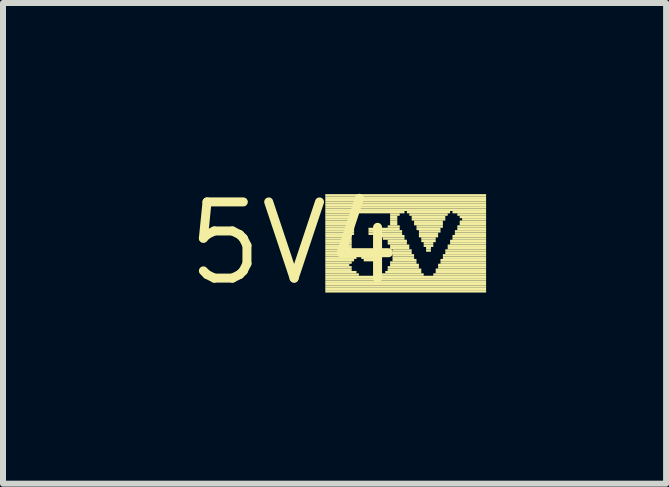
<source format=kicad_pcb>
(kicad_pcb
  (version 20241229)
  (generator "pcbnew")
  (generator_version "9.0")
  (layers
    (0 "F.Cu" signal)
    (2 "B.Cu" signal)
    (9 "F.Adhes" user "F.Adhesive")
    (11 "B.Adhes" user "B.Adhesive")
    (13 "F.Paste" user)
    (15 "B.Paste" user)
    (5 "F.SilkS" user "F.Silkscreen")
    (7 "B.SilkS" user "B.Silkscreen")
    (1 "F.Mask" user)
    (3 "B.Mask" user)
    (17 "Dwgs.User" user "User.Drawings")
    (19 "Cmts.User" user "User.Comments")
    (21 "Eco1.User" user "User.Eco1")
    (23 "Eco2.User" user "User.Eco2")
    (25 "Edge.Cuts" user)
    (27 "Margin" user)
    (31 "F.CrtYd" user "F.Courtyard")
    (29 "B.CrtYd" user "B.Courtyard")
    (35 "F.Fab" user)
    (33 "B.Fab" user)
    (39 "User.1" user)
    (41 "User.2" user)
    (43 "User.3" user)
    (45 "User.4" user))
  (footprint "5V4"
    (layer "F.Cu")
    (at 1.852 1.006)
    (property "Reference" "5V4" (at 0 0 0) (layer "F.SilkS") (effects (font (size 1.27 1.27) (thickness 0.15))))
    (attr through_hole)
    (fp_poly (pts (xy 0.52 -0.78) (xy 3.2 -0.78) (xy 3.2 -0.82) (xy 0.52 -0.82)) (stroke (width 0) (type solid)) (fill yes) (layer "F.SilkS"))
    (fp_poly (pts (xy 0.52 -0.74) (xy 3.2 -0.74) (xy 3.2 -0.78) (xy 0.52 -0.78)) (stroke (width 0) (type solid)) (fill yes) (layer "F.SilkS"))
    (fp_poly (pts (xy 0.52 -0.7) (xy 3.2 -0.7) (xy 3.2 -0.74) (xy 0.52 -0.74)) (stroke (width 0) (type solid)) (fill yes) (layer "F.SilkS"))
    (fp_poly (pts (xy 0.52 -0.66) (xy 3.2 -0.66) (xy 3.2 -0.7) (xy 0.52 -0.7)) (stroke (width 0) (type solid)) (fill yes) (layer "F.SilkS"))
    (fp_poly (pts (xy 0.52 -0.62) (xy 3.2 -0.62) (xy 3.2 -0.66) (xy 0.52 -0.66)) (stroke (width 0) (type solid)) (fill yes) (layer "F.SilkS"))
    (fp_poly (pts (xy 0.52 -0.58) (xy 3.2 -0.58) (xy 3.2 -0.62) (xy 0.52 -0.62)) (stroke (width 0) (type solid)) (fill yes) (layer "F.SilkS"))
    (fp_poly (pts (xy 0.52 -0.54) (xy 3.2 -0.54) (xy 3.2 -0.58) (xy 0.52 -0.58)) (stroke (width 0) (type solid)) (fill yes) (layer "F.SilkS"))
    (fp_poly (pts (xy 0.52 -0.5) (xy 1.84 -0.5) (xy 1.84 -0.54) (xy 0.52 -0.54)) (stroke (width 0) (type solid)) (fill yes) (layer "F.SilkS"))
    (fp_poly (pts (xy 0.52 -0.46) (xy 1.04 -0.46) (xy 1.04 -0.5) (xy 0.52 -0.5)) (stroke (width 0) (type solid)) (fill yes) (layer "F.SilkS"))
    (fp_poly (pts (xy 0.52 -0.42) (xy 1.04 -0.42) (xy 1.04 -0.46) (xy 0.52 -0.46)) (stroke (width 0) (type solid)) (fill yes) (layer "F.SilkS"))
    (fp_poly (pts (xy 0.52 -0.38) (xy 1 -0.38) (xy 1 -0.42) (xy 0.52 -0.42)) (stroke (width 0) (type solid)) (fill yes) (layer "F.SilkS"))
    (fp_poly (pts (xy 0.52 -0.34) (xy 1 -0.34) (xy 1 -0.38) (xy 0.52 -0.38)) (stroke (width 0) (type solid)) (fill yes) (layer "F.SilkS"))
    (fp_poly (pts (xy 0.52 -0.3) (xy 1 -0.3) (xy 1 -0.34) (xy 0.52 -0.34)) (stroke (width 0) (type solid)) (fill yes) (layer "F.SilkS"))
    (fp_poly (pts (xy 0.52 -0.26) (xy 1 -0.26) (xy 1 -0.3) (xy 0.52 -0.3)) (stroke (width 0) (type solid)) (fill yes) (layer "F.SilkS"))
    (fp_poly (pts (xy 0.52 -0.22) (xy 1 -0.22) (xy 1 -0.26) (xy 0.52 -0.26)) (stroke (width 0) (type solid)) (fill yes) (layer "F.SilkS"))
    (fp_poly (pts (xy 0.52 -0.18) (xy 1 -0.18) (xy 1 -0.22) (xy 0.52 -0.22)) (stroke (width 0) (type solid)) (fill yes) (layer "F.SilkS"))
    (fp_poly (pts (xy 0.52 -0.14) (xy 1 -0.14) (xy 1 -0.18) (xy 0.52 -0.18)) (stroke (width 0) (type solid)) (fill yes) (layer "F.SilkS"))
    (fp_poly (pts (xy 0.52 -0.1) (xy 0.96 -0.1) (xy 0.96 -0.14) (xy 0.52 -0.14)) (stroke (width 0) (type solid)) (fill yes) (layer "F.SilkS"))
    (fp_poly (pts (xy 0.52 -0.06) (xy 0.96 -0.06) (xy 0.96 -0.1) (xy 0.52 -0.1)) (stroke (width 0) (type solid)) (fill yes) (layer "F.SilkS"))
    (fp_poly (pts (xy 0.52 -0.02) (xy 0.96 -0.02) (xy 0.96 -0.06) (xy 0.52 -0.06)) (stroke (width 0) (type solid)) (fill yes) (layer "F.SilkS"))
    (fp_poly (pts (xy 0.52 0.02) (xy 0.96 0.02) (xy 0.96 -0.02) (xy 0.52 -0.02)) (stroke (width 0) (type solid)) (fill yes) (layer "F.SilkS"))
    (fp_poly (pts (xy 0.52 0.06) (xy 0.96 0.06) (xy 0.96 0.02) (xy 0.52 0.02)) (stroke (width 0) (type solid)) (fill yes) (layer "F.SilkS"))
    (fp_poly (pts (xy 0.52 0.1) (xy 0.96 0.1) (xy 0.96 0.06) (xy 0.52 0.06)) (stroke (width 0) (type solid)) (fill yes) (layer "F.SilkS"))
    (fp_poly (pts (xy 0.52 0.14) (xy 1.04 0.14) (xy 1.04 0.1) (xy 0.52 0.1)) (stroke (width 0) (type solid)) (fill yes) (layer "F.SilkS"))
    (fp_poly (pts (xy 0.52 0.18) (xy 1.36 0.18) (xy 1.36 0.14) (xy 0.52 0.14)) (stroke (width 0) (type solid)) (fill yes) (layer "F.SilkS"))
    (fp_poly (pts (xy 0.52 0.22) (xy 1.4 0.22) (xy 1.4 0.18) (xy 0.52 0.18)) (stroke (width 0) (type solid)) (fill yes) (layer "F.SilkS"))
    (fp_poly (pts (xy 0.52 0.26) (xy 1.04 0.26) (xy 1.04 0.22) (xy 0.52 0.22)) (stroke (width 0) (type solid)) (fill yes) (layer "F.SilkS"))
    (fp_poly (pts (xy 0.52 0.3) (xy 1 0.3) (xy 1 0.26) (xy 0.52 0.26)) (stroke (width 0) (type solid)) (fill yes) (layer "F.SilkS"))
    (fp_poly (pts (xy 0.52 0.34) (xy 0.96 0.34) (xy 0.96 0.3) (xy 0.52 0.3)) (stroke (width 0) (type solid)) (fill yes) (layer "F.SilkS"))
    (fp_poly (pts (xy 0.52 0.38) (xy 0.92 0.38) (xy 0.92 0.34) (xy 0.52 0.34)) (stroke (width 0) (type solid)) (fill yes) (layer "F.SilkS"))
    (fp_poly (pts (xy 0.52 0.42) (xy 0.96 0.42) (xy 0.96 0.38) (xy 0.52 0.38)) (stroke (width 0) (type solid)) (fill yes) (layer "F.SilkS"))
    (fp_poly (pts (xy 0.52 0.46) (xy 0.96 0.46) (xy 0.96 0.42) (xy 0.52 0.42)) (stroke (width 0) (type solid)) (fill yes) (layer "F.SilkS"))
    (fp_poly (pts (xy 0.52 0.5) (xy 1.04 0.5) (xy 1.04 0.46) (xy 0.52 0.46)) (stroke (width 0) (type solid)) (fill yes) (layer "F.SilkS"))
    (fp_poly (pts (xy 0.52 0.54) (xy 1.08 0.54) (xy 1.08 0.5) (xy 0.52 0.5)) (stroke (width 0) (type solid)) (fill yes) (layer "F.SilkS"))
    (fp_poly (pts (xy 0.52 0.58) (xy 3.2 0.58) (xy 3.2 0.54) (xy 0.52 0.54)) (stroke (width 0) (type solid)) (fill yes) (layer "F.SilkS"))
    (fp_poly (pts (xy 0.52 0.62) (xy 3.2 0.62) (xy 3.2 0.58) (xy 0.52 0.58)) (stroke (width 0) (type solid)) (fill yes) (layer "F.SilkS"))
    (fp_poly (pts (xy 0.52 0.66) (xy 3.2 0.66) (xy 3.2 0.62) (xy 0.52 0.62)) (stroke (width 0) (type solid)) (fill yes) (layer "F.SilkS"))
    (fp_poly (pts (xy 0.52 0.7) (xy 3.2 0.7) (xy 3.2 0.66) (xy 0.52 0.66)) (stroke (width 0) (type solid)) (fill yes) (layer "F.SilkS"))
    (fp_poly (pts (xy 0.52 0.74) (xy 3.2 0.74) (xy 3.2 0.7) (xy 0.52 0.7)) (stroke (width 0) (type solid)) (fill yes) (layer "F.SilkS"))
    (fp_poly (pts (xy 0.52 0.78) (xy 3.2 0.78) (xy 3.2 0.74) (xy 0.52 0.74)) (stroke (width 0) (type solid)) (fill yes) (layer "F.SilkS"))
    (fp_poly (pts (xy 0.52 0.82) (xy 3.2 0.82) (xy 3.2 0.78) (xy 0.52 0.78)) (stroke (width 0) (type solid)) (fill yes) (layer "F.SilkS"))
    (fp_poly (pts (xy 1.12 0.26) (xy 1.4 0.26) (xy 1.4 0.22) (xy 1.12 0.22)) (stroke (width 0) (type solid)) (fill yes) (layer "F.SilkS"))
    (fp_poly (pts (xy 1.16 0.3) (xy 1.36 0.3) (xy 1.36 0.26) (xy 1.16 0.26)) (stroke (width 0) (type solid)) (fill yes) (layer "F.SilkS"))
    (fp_poly (pts (xy 1.2 0.14) (xy 1.36 0.14) (xy 1.36 0.1) (xy 1.2 0.1)) (stroke (width 0) (type solid)) (fill yes) (layer "F.SilkS"))
    (fp_poly (pts (xy 1.24 -0.22) (xy 1.76 -0.22) (xy 1.76 -0.26) (xy 1.24 -0.26)) (stroke (width 0) (type solid)) (fill yes) (layer "F.SilkS"))
    (fp_poly (pts (xy 1.24 -0.18) (xy 1.8 -0.18) (xy 1.8 -0.22) (xy 1.24 -0.22)) (stroke (width 0) (type solid)) (fill yes) (layer "F.SilkS"))
    (fp_poly (pts (xy 1.24 -0.14) (xy 1.8 -0.14) (xy 1.8 -0.18) (xy 1.24 -0.18)) (stroke (width 0) (type solid)) (fill yes) (layer "F.SilkS"))
    (fp_poly (pts (xy 1.44 -0.1) (xy 1.84 -0.1) (xy 1.84 -0.14) (xy 1.44 -0.14)) (stroke (width 0) (type solid)) (fill yes) (layer "F.SilkS"))
    (fp_poly (pts (xy 1.44 0.54) (xy 2.16 0.54) (xy 2.16 0.5) (xy 1.44 0.5)) (stroke (width 0) (type solid)) (fill yes) (layer "F.SilkS"))
    (fp_poly (pts (xy 1.48 -0.06) (xy 1.84 -0.06) (xy 1.84 -0.1) (xy 1.48 -0.1)) (stroke (width 0) (type solid)) (fill yes) (layer "F.SilkS"))
    (fp_poly (pts (xy 1.52 0.5) (xy 2.12 0.5) (xy 2.12 0.46) (xy 1.52 0.46)) (stroke (width 0) (type solid)) (fill yes) (layer "F.SilkS"))
    (fp_poly (pts (xy 1.56 -0.26) (xy 1.76 -0.26) (xy 1.76 -0.3) (xy 1.56 -0.3)) (stroke (width 0) (type solid)) (fill yes) (layer "F.SilkS"))
    (fp_poly (pts (xy 1.56 -0.02) (xy 1.88 -0.02) (xy 1.88 -0.06) (xy 1.56 -0.06)) (stroke (width 0) (type solid)) (fill yes) (layer "F.SilkS"))
    (fp_poly (pts (xy 1.56 0.02) (xy 1.88 0.02) (xy 1.88 -0.02) (xy 1.56 -0.02)) (stroke (width 0) (type solid)) (fill yes) (layer "F.SilkS"))
    (fp_poly (pts (xy 1.56 0.42) (xy 2.08 0.42) (xy 2.08 0.38) (xy 1.56 0.38)) (stroke (width 0) (type solid)) (fill yes) (layer "F.SilkS"))
    (fp_poly (pts (xy 1.56 0.46) (xy 2.12 0.46) (xy 2.12 0.42) (xy 1.56 0.42)) (stroke (width 0) (type solid)) (fill yes) (layer "F.SilkS"))
    (fp_poly (pts (xy 1.6 -0.46) (xy 1.76 -0.46) (xy 1.76 -0.5) (xy 1.6 -0.5)) (stroke (width 0) (type solid)) (fill yes) (layer "F.SilkS"))
    (fp_poly (pts (xy 1.6 -0.42) (xy 1.72 -0.42) (xy 1.72 -0.46) (xy 1.6 -0.46)) (stroke (width 0) (type solid)) (fill yes) (layer "F.SilkS"))
    (fp_poly (pts (xy 1.6 -0.38) (xy 1.72 -0.38) (xy 1.72 -0.42) (xy 1.6 -0.42)) (stroke (width 0) (type solid)) (fill yes) (layer "F.SilkS"))
    (fp_poly (pts (xy 1.6 -0.34) (xy 1.72 -0.34) (xy 1.72 -0.38) (xy 1.6 -0.38)) (stroke (width 0) (type solid)) (fill yes) (layer "F.SilkS"))
    (fp_poly (pts (xy 1.6 -0.3) (xy 1.72 -0.3) (xy 1.72 -0.34) (xy 1.6 -0.34)) (stroke (width 0) (type solid)) (fill yes) (layer "F.SilkS"))
    (fp_poly (pts (xy 1.6 0.06) (xy 1.92 0.06) (xy 1.92 0.02) (xy 1.6 0.02)) (stroke (width 0) (type solid)) (fill yes) (layer "F.SilkS"))
    (fp_poly (pts (xy 1.6 0.1) (xy 1.92 0.1) (xy 1.92 0.06) (xy 1.6 0.06)) (stroke (width 0) (type solid)) (fill yes) (layer "F.SilkS"))
    (fp_poly (pts (xy 1.6 0.34) (xy 2.04 0.34) (xy 2.04 0.3) (xy 1.6 0.3)) (stroke (width 0) (type solid)) (fill yes) (layer "F.SilkS"))
    (fp_poly (pts (xy 1.6 0.38) (xy 2.08 0.38) (xy 2.08 0.34) (xy 1.6 0.34)) (stroke (width 0) (type solid)) (fill yes) (layer "F.SilkS"))
    (fp_poly (pts (xy 1.64 0.14) (xy 1.96 0.14) (xy 1.96 0.1) (xy 1.64 0.1)) (stroke (width 0) (type solid)) (fill yes) (layer "F.SilkS"))
    (fp_poly (pts (xy 1.64 0.18) (xy 1.96 0.18) (xy 1.96 0.14) (xy 1.64 0.14)) (stroke (width 0) (type solid)) (fill yes) (layer "F.SilkS"))
    (fp_poly (pts (xy 1.64 0.22) (xy 2 0.22) (xy 2 0.18) (xy 1.64 0.18)) (stroke (width 0) (type solid)) (fill yes) (layer "F.SilkS"))
    (fp_poly (pts (xy 1.64 0.26) (xy 2 0.26) (xy 2 0.22) (xy 1.64 0.22)) (stroke (width 0) (type solid)) (fill yes) (layer "F.SilkS"))
    (fp_poly (pts (xy 1.64 0.3) (xy 2.04 0.3) (xy 2.04 0.26) (xy 1.64 0.26)) (stroke (width 0) (type solid)) (fill yes) (layer "F.SilkS"))
    (fp_poly (pts (xy 1.88 -0.5) (xy 2.6 -0.5) (xy 2.6 -0.54) (xy 1.88 -0.54)) (stroke (width 0) (type solid)) (fill yes) (layer "F.SilkS"))
    (fp_poly (pts (xy 1.92 -0.46) (xy 2.56 -0.46) (xy 2.56 -0.5) (xy 1.92 -0.5)) (stroke (width 0) (type solid)) (fill yes) (layer "F.SilkS"))
    (fp_poly (pts (xy 1.96 -0.42) (xy 2.52 -0.42) (xy 2.52 -0.46) (xy 1.96 -0.46)) (stroke (width 0) (type solid)) (fill yes) (layer "F.SilkS"))
    (fp_poly (pts (xy 1.96 -0.38) (xy 2.52 -0.38) (xy 2.52 -0.42) (xy 1.96 -0.42)) (stroke (width 0) (type solid)) (fill yes) (layer "F.SilkS"))
    (fp_poly (pts (xy 2 -0.34) (xy 2.48 -0.34) (xy 2.48 -0.38) (xy 2 -0.38)) (stroke (width 0) (type solid)) (fill yes) (layer "F.SilkS"))
    (fp_poly (pts (xy 2 -0.3) (xy 2.48 -0.3) (xy 2.48 -0.34) (xy 2 -0.34)) (stroke (width 0) (type solid)) (fill yes) (layer "F.SilkS"))
    (fp_poly (pts (xy 2.04 -0.26) (xy 2.48 -0.26) (xy 2.48 -0.3) (xy 2.04 -0.3)) (stroke (width 0) (type solid)) (fill yes) (layer "F.SilkS"))
    (fp_poly (pts (xy 2.04 -0.22) (xy 2.44 -0.22) (xy 2.44 -0.26) (xy 2.04 -0.26)) (stroke (width 0) (type solid)) (fill yes) (layer "F.SilkS"))
    (fp_poly (pts (xy 2.08 -0.18) (xy 2.44 -0.18) (xy 2.44 -0.22) (xy 2.08 -0.22)) (stroke (width 0) (type solid)) (fill yes) (layer "F.SilkS"))
    (fp_poly (pts (xy 2.08 -0.14) (xy 2.4 -0.14) (xy 2.4 -0.18) (xy 2.08 -0.18)) (stroke (width 0) (type solid)) (fill yes) (layer "F.SilkS"))
    (fp_poly (pts (xy 2.08 -0.1) (xy 2.4 -0.1) (xy 2.4 -0.14) (xy 2.08 -0.14)) (stroke (width 0) (type solid)) (fill yes) (layer "F.SilkS"))
    (fp_poly (pts (xy 2.12 -0.06) (xy 2.36 -0.06) (xy 2.36 -0.1) (xy 2.12 -0.1)) (stroke (width 0) (type solid)) (fill yes) (layer "F.SilkS"))
    (fp_poly (pts (xy 2.12 -0.02) (xy 2.36 -0.02) (xy 2.36 -0.06) (xy 2.12 -0.06)) (stroke (width 0) (type solid)) (fill yes) (layer "F.SilkS"))
    (fp_poly (pts (xy 2.16 0.02) (xy 2.32 0.02) (xy 2.32 -0.02) (xy 2.16 -0.02)) (stroke (width 0) (type solid)) (fill yes) (layer "F.SilkS"))
    (fp_poly (pts (xy 2.16 0.06) (xy 2.32 0.06) (xy 2.32 0.02) (xy 2.16 0.02)) (stroke (width 0) (type solid)) (fill yes) (layer "F.SilkS"))
    (fp_poly (pts (xy 2.2 0.1) (xy 2.28 0.1) (xy 2.28 0.06) (xy 2.2 0.06)) (stroke (width 0) (type solid)) (fill yes) (layer "F.SilkS"))
    (fp_poly (pts (xy 2.2 0.14) (xy 2.28 0.14) (xy 2.28 0.1) (xy 2.2 0.1)) (stroke (width 0) (type solid)) (fill yes) (layer "F.SilkS"))
    (fp_poly (pts (xy 2.32 0.54) (xy 3.2 0.54) (xy 3.2 0.5) (xy 2.32 0.5)) (stroke (width 0) (type solid)) (fill yes) (layer "F.SilkS"))
    (fp_poly (pts (xy 2.36 0.46) (xy 3.2 0.46) (xy 3.2 0.42) (xy 2.36 0.42)) (stroke (width 0) (type solid)) (fill yes) (layer "F.SilkS"))
    (fp_poly (pts (xy 2.36 0.5) (xy 3.2 0.5) (xy 3.2 0.46) (xy 2.36 0.46)) (stroke (width 0) (type solid)) (fill yes) (layer "F.SilkS"))
    (fp_poly (pts (xy 2.4 0.38) (xy 3.2 0.38) (xy 3.2 0.34) (xy 2.4 0.34)) (stroke (width 0) (type solid)) (fill yes) (layer "F.SilkS"))
    (fp_poly (pts (xy 2.4 0.42) (xy 3.2 0.42) (xy 3.2 0.38) (xy 2.4 0.38)) (stroke (width 0) (type solid)) (fill yes) (layer "F.SilkS"))
    (fp_poly (pts (xy 2.44 0.3) (xy 3.2 0.3) (xy 3.2 0.26) (xy 2.44 0.26)) (stroke (width 0) (type solid)) (fill yes) (layer "F.SilkS"))
    (fp_poly (pts (xy 2.44 0.34) (xy 3.2 0.34) (xy 3.2 0.3) (xy 2.44 0.3)) (stroke (width 0) (type solid)) (fill yes) (layer "F.SilkS"))
    (fp_poly (pts (xy 2.48 0.22) (xy 3.2 0.22) (xy 3.2 0.18) (xy 2.48 0.18)) (stroke (width 0) (type solid)) (fill yes) (layer "F.SilkS"))
    (fp_poly (pts (xy 2.48 0.26) (xy 3.2 0.26) (xy 3.2 0.22) (xy 2.48 0.22)) (stroke (width 0) (type solid)) (fill yes) (layer "F.SilkS"))
    (fp_poly (pts (xy 2.52 0.14) (xy 3.2 0.14) (xy 3.2 0.1) (xy 2.52 0.1)) (stroke (width 0) (type solid)) (fill yes) (layer "F.SilkS"))
    (fp_poly (pts (xy 2.52 0.18) (xy 3.2 0.18) (xy 3.2 0.14) (xy 2.52 0.14)) (stroke (width 0) (type solid)) (fill yes) (layer "F.SilkS"))
    (fp_poly (pts (xy 2.56 0.06) (xy 3.2 0.06) (xy 3.2 0.02) (xy 2.56 0.02)) (stroke (width 0) (type solid)) (fill yes) (layer "F.SilkS"))
    (fp_poly (pts (xy 2.56 0.1) (xy 3.2 0.1) (xy 3.2 0.06) (xy 2.56 0.06)) (stroke (width 0) (type solid)) (fill yes) (layer "F.SilkS"))
    (fp_poly (pts (xy 2.6 -0.02) (xy 3.2 -0.02) (xy 3.2 -0.06) (xy 2.6 -0.06)) (stroke (width 0) (type solid)) (fill yes) (layer "F.SilkS"))
    (fp_poly (pts (xy 2.6 0.02) (xy 3.2 0.02) (xy 3.2 -0.02) (xy 2.6 -0.02)) (stroke (width 0) (type solid)) (fill yes) (layer "F.SilkS"))
    (fp_poly (pts (xy 2.64 -0.5) (xy 3.2 -0.5) (xy 3.2 -0.54) (xy 2.64 -0.54)) (stroke (width 0) (type solid)) (fill yes) (layer "F.SilkS"))
    (fp_poly (pts (xy 2.64 -0.1) (xy 3.2 -0.1) (xy 3.2 -0.14) (xy 2.64 -0.14)) (stroke (width 0) (type solid)) (fill yes) (layer "F.SilkS"))
    (fp_poly (pts (xy 2.64 -0.06) (xy 3.2 -0.06) (xy 3.2 -0.1) (xy 2.64 -0.1)) (stroke (width 0) (type solid)) (fill yes) (layer "F.SilkS"))
    (fp_poly (pts (xy 2.68 -0.18) (xy 3.2 -0.18) (xy 3.2 -0.22) (xy 2.68 -0.22)) (stroke (width 0) (type solid)) (fill yes) (layer "F.SilkS"))
    (fp_poly (pts (xy 2.68 -0.14) (xy 3.2 -0.14) (xy 3.2 -0.18) (xy 2.68 -0.18)) (stroke (width 0) (type solid)) (fill yes) (layer "F.SilkS"))
    (fp_poly (pts (xy 2.72 -0.46) (xy 3.2 -0.46) (xy 3.2 -0.5) (xy 2.72 -0.5)) (stroke (width 0) (type solid)) (fill yes) (layer "F.SilkS"))
    (fp_poly (pts (xy 2.72 -0.26) (xy 3.2 -0.26) (xy 3.2 -0.3) (xy 2.72 -0.3)) (stroke (width 0) (type solid)) (fill yes) (layer "F.SilkS"))
    (fp_poly (pts (xy 2.72 -0.22) (xy 3.2 -0.22) (xy 3.2 -0.26) (xy 2.72 -0.26)) (stroke (width 0) (type solid)) (fill yes) (layer "F.SilkS"))
    (fp_poly (pts (xy 2.76 -0.42) (xy 3.2 -0.42) (xy 3.2 -0.46) (xy 2.76 -0.46)) (stroke (width 0) (type solid)) (fill yes) (layer "F.SilkS"))
    (fp_poly (pts (xy 2.76 -0.34) (xy 3.2 -0.34) (xy 3.2 -0.38) (xy 2.76 -0.38)) (stroke (width 0) (type solid)) (fill yes) (layer "F.SilkS"))
    (fp_poly (pts (xy 2.76 -0.3) (xy 3.2 -0.3) (xy 3.2 -0.34) (xy 2.76 -0.34)) (stroke (width 0) (type solid)) (fill yes) (layer "F.SilkS"))
    (fp_poly (pts (xy 2.8 -0.38) (xy 3.2 -0.38) (xy 3.2 -0.42) (xy 2.8 -0.42)) (stroke (width 0) (type solid)) (fill yes) (layer "F.SilkS")))
  (gr_rect
    (start -3 -3)
    (end 8.052 5.012)
    (stroke (width 0.1) (type default))
    (fill no)
    (layer "Edge.Cuts")))
</source>
